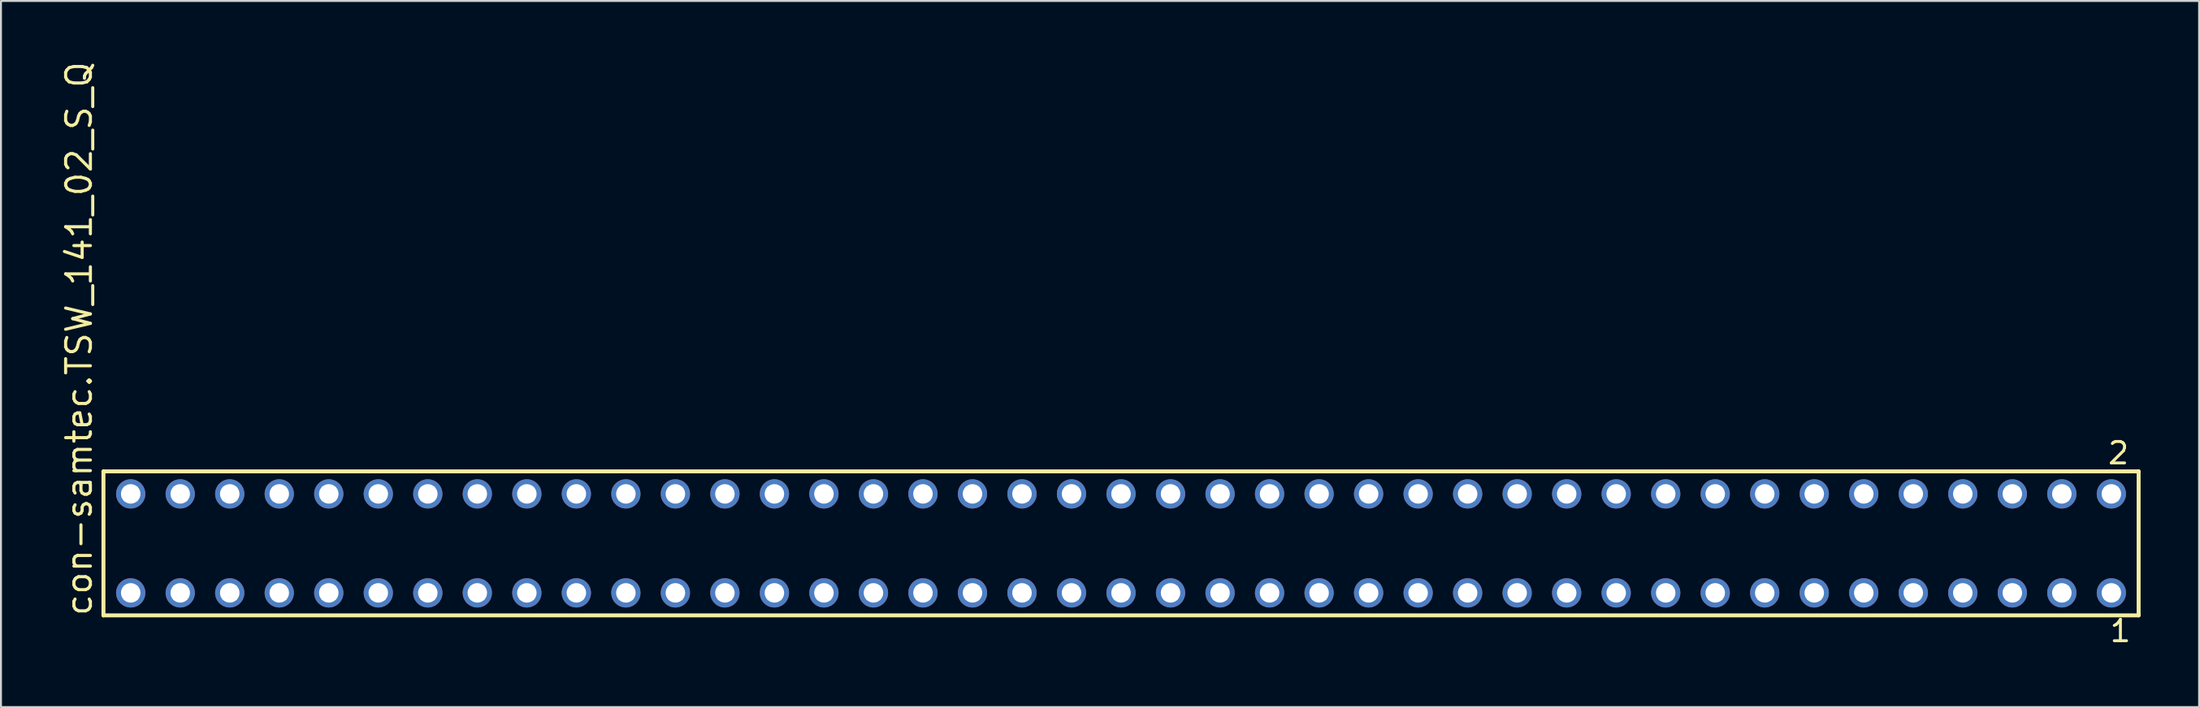
<source format=kicad_pcb>
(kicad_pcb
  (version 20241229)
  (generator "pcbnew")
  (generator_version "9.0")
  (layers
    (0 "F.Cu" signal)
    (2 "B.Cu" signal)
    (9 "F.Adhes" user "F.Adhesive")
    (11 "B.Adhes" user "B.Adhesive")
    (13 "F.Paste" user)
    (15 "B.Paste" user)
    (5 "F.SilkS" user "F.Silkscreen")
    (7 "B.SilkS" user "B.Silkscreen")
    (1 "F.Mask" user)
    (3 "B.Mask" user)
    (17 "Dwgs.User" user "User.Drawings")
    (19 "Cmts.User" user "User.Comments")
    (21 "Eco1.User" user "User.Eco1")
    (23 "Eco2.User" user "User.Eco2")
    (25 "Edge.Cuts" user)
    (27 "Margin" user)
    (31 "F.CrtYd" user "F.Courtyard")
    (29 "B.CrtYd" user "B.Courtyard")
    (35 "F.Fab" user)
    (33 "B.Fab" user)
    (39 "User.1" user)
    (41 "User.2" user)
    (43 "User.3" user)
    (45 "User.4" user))
  (footprint "con-samtec.TSW_141_02_S_Q"
    (layer "F.Cu")
    (at 54.455 24.84)
    (property "Reference" "con-samtec.TSW_141_02_S_Q" (at -52.705 3.81 90) (layer "F.SilkS") (effects (font (size 1.27 1.27) (thickness 0.16)) (justify left bottom)))
    (attr through_hole)
    (fp_line (start -52.199 -3.695) (end 52.199 -3.695) (stroke (width 0.203) (type default)) (layer "F.SilkS"))
    (fp_line (start -52.199 3.695) (end -52.199 -3.695) (stroke (width 0.203) (type default)) (layer "F.SilkS"))
    (fp_line (start 52.199 -3.695) (end 52.199 3.695) (stroke (width 0.203) (type default)) (layer "F.SilkS"))
    (fp_line (start 52.199 3.695) (end -52.199 3.695) (stroke (width 0.203) (type default)) (layer "F.SilkS"))
    (fp_rect (start -51.15 -2.19) (end -50.45 -2.89) (stroke (width 0.05) (type default)) (fill no) (layer "F.Fab"))
    (fp_rect (start -51.15 2.89) (end -50.45 2.19) (stroke (width 0.05) (type default)) (fill no) (layer "F.Fab"))
    (fp_rect (start -48.61 -2.19) (end -47.91 -2.89) (stroke (width 0.05) (type default)) (fill no) (layer "F.Fab"))
    (fp_rect (start -48.61 2.89) (end -47.91 2.19) (stroke (width 0.05) (type default)) (fill no) (layer "F.Fab"))
    (fp_rect (start -46.07 -2.19) (end -45.37 -2.89) (stroke (width 0.05) (type default)) (fill no) (layer "F.Fab"))
    (fp_rect (start -46.07 2.89) (end -45.37 2.19) (stroke (width 0.05) (type default)) (fill no) (layer "F.Fab"))
    (fp_rect (start -43.53 -2.19) (end -42.83 -2.89) (stroke (width 0.05) (type default)) (fill no) (layer "F.Fab"))
    (fp_rect (start -43.53 2.89) (end -42.83 2.19) (stroke (width 0.05) (type default)) (fill no) (layer "F.Fab"))
    (fp_rect (start -40.99 -2.19) (end -40.29 -2.89) (stroke (width 0.05) (type default)) (fill no) (layer "F.Fab"))
    (fp_rect (start -40.99 2.89) (end -40.29 2.19) (stroke (width 0.05) (type default)) (fill no) (layer "F.Fab"))
    (fp_rect (start -38.45 -2.19) (end -37.75 -2.89) (stroke (width 0.05) (type default)) (fill no) (layer "F.Fab"))
    (fp_rect (start -38.45 2.89) (end -37.75 2.19) (stroke (width 0.05) (type default)) (fill no) (layer "F.Fab"))
    (fp_rect (start -35.91 -2.19) (end -35.21 -2.89) (stroke (width 0.05) (type default)) (fill no) (layer "F.Fab"))
    (fp_rect (start -35.91 2.89) (end -35.21 2.19) (stroke (width 0.05) (type default)) (fill no) (layer "F.Fab"))
    (fp_rect (start -33.37 -2.19) (end -32.67 -2.89) (stroke (width 0.05) (type default)) (fill no) (layer "F.Fab"))
    (fp_rect (start -33.37 2.89) (end -32.67 2.19) (stroke (width 0.05) (type default)) (fill no) (layer "F.Fab"))
    (fp_rect (start -30.83 -2.19) (end -30.13 -2.89) (stroke (width 0.05) (type default)) (fill no) (layer "F.Fab"))
    (fp_rect (start -30.83 2.89) (end -30.13 2.19) (stroke (width 0.05) (type default)) (fill no) (layer "F.Fab"))
    (fp_rect (start -28.29 -2.19) (end -27.59 -2.89) (stroke (width 0.05) (type default)) (fill no) (layer "F.Fab"))
    (fp_rect (start -28.29 2.89) (end -27.59 2.19) (stroke (width 0.05) (type default)) (fill no) (layer "F.Fab"))
    (fp_rect (start -25.75 -2.19) (end -25.05 -2.89) (stroke (width 0.05) (type default)) (fill no) (layer "F.Fab"))
    (fp_rect (start -25.75 2.89) (end -25.05 2.19) (stroke (width 0.05) (type default)) (fill no) (layer "F.Fab"))
    (fp_rect (start -23.21 -2.19) (end -22.51 -2.89) (stroke (width 0.05) (type default)) (fill no) (layer "F.Fab"))
    (fp_rect (start -23.21 2.89) (end -22.51 2.19) (stroke (width 0.05) (type default)) (fill no) (layer "F.Fab"))
    (fp_rect (start -20.67 -2.19) (end -19.97 -2.89) (stroke (width 0.05) (type default)) (fill no) (layer "F.Fab"))
    (fp_rect (start -20.67 2.89) (end -19.97 2.19) (stroke (width 0.05) (type default)) (fill no) (layer "F.Fab"))
    (fp_rect (start -18.13 -2.19) (end -17.43 -2.89) (stroke (width 0.05) (type default)) (fill no) (layer "F.Fab"))
    (fp_rect (start -18.13 2.89) (end -17.43 2.19) (stroke (width 0.05) (type default)) (fill no) (layer "F.Fab"))
    (fp_rect (start -15.59 -2.19) (end -14.89 -2.89) (stroke (width 0.05) (type default)) (fill no) (layer "F.Fab"))
    (fp_rect (start -15.59 2.89) (end -14.89 2.19) (stroke (width 0.05) (type default)) (fill no) (layer "F.Fab"))
    (fp_rect (start -13.05 -2.19) (end -12.35 -2.89) (stroke (width 0.05) (type default)) (fill no) (layer "F.Fab"))
    (fp_rect (start -13.05 2.89) (end -12.35 2.19) (stroke (width 0.05) (type default)) (fill no) (layer "F.Fab"))
    (fp_rect (start -10.51 -2.19) (end -9.81 -2.89) (stroke (width 0.05) (type default)) (fill no) (layer "F.Fab"))
    (fp_rect (start -10.51 2.89) (end -9.81 2.19) (stroke (width 0.05) (type default)) (fill no) (layer "F.Fab"))
    (fp_rect (start -7.97 -2.19) (end -7.27 -2.89) (stroke (width 0.05) (type default)) (fill no) (layer "F.Fab"))
    (fp_rect (start -7.97 2.89) (end -7.27 2.19) (stroke (width 0.05) (type default)) (fill no) (layer "F.Fab"))
    (fp_rect (start -5.43 -2.19) (end -4.73 -2.89) (stroke (width 0.05) (type default)) (fill no) (layer "F.Fab"))
    (fp_rect (start -5.43 2.89) (end -4.73 2.19) (stroke (width 0.05) (type default)) (fill no) (layer "F.Fab"))
    (fp_rect (start -2.89 -2.19) (end -2.19 -2.89) (stroke (width 0.05) (type default)) (fill no) (layer "F.Fab"))
    (fp_rect (start -2.89 2.89) (end -2.19 2.19) (stroke (width 0.05) (type default)) (fill no) (layer "F.Fab"))
    (fp_rect (start -0.35 -2.19) (end 0.35 -2.89) (stroke (width 0.05) (type default)) (fill no) (layer "F.Fab"))
    (fp_rect (start -0.35 2.89) (end 0.35 2.19) (stroke (width 0.05) (type default)) (fill no) (layer "F.Fab"))
    (fp_rect (start 2.19 -2.19) (end 2.89 -2.89) (stroke (width 0.05) (type default)) (fill no) (layer "F.Fab"))
    (fp_rect (start 2.19 2.89) (end 2.89 2.19) (stroke (width 0.05) (type default)) (fill no) (layer "F.Fab"))
    (fp_rect (start 4.73 -2.19) (end 5.43 -2.89) (stroke (width 0.05) (type default)) (fill no) (layer "F.Fab"))
    (fp_rect (start 4.73 2.89) (end 5.43 2.19) (stroke (width 0.05) (type default)) (fill no) (layer "F.Fab"))
    (fp_rect (start 7.27 -2.19) (end 7.97 -2.89) (stroke (width 0.05) (type default)) (fill no) (layer "F.Fab"))
    (fp_rect (start 7.27 2.89) (end 7.97 2.19) (stroke (width 0.05) (type default)) (fill no) (layer "F.Fab"))
    (fp_rect (start 9.81 -2.19) (end 10.51 -2.89) (stroke (width 0.05) (type default)) (fill no) (layer "F.Fab"))
    (fp_rect (start 9.81 2.89) (end 10.51 2.19) (stroke (width 0.05) (type default)) (fill no) (layer "F.Fab"))
    (fp_rect (start 12.35 -2.19) (end 13.05 -2.89) (stroke (width 0.05) (type default)) (fill no) (layer "F.Fab"))
    (fp_rect (start 12.35 2.89) (end 13.05 2.19) (stroke (width 0.05) (type default)) (fill no) (layer "F.Fab"))
    (fp_rect (start 14.89 -2.19) (end 15.59 -2.89) (stroke (width 0.05) (type default)) (fill no) (layer "F.Fab"))
    (fp_rect (start 14.89 2.89) (end 15.59 2.19) (stroke (width 0.05) (type default)) (fill no) (layer "F.Fab"))
    (fp_rect (start 17.43 -2.19) (end 18.13 -2.89) (stroke (width 0.05) (type default)) (fill no) (layer "F.Fab"))
    (fp_rect (start 17.43 2.89) (end 18.13 2.19) (stroke (width 0.05) (type default)) (fill no) (layer "F.Fab"))
    (fp_rect (start 19.97 -2.19) (end 20.67 -2.89) (stroke (width 0.05) (type default)) (fill no) (layer "F.Fab"))
    (fp_rect (start 19.97 2.89) (end 20.67 2.19) (stroke (width 0.05) (type default)) (fill no) (layer "F.Fab"))
    (fp_rect (start 22.51 -2.19) (end 23.21 -2.89) (stroke (width 0.05) (type default)) (fill no) (layer "F.Fab"))
    (fp_rect (start 22.51 2.89) (end 23.21 2.19) (stroke (width 0.05) (type default)) (fill no) (layer "F.Fab"))
    (fp_rect (start 25.05 -2.19) (end 25.75 -2.89) (stroke (width 0.05) (type default)) (fill no) (layer "F.Fab"))
    (fp_rect (start 25.05 2.89) (end 25.75 2.19) (stroke (width 0.05) (type default)) (fill no) (layer "F.Fab"))
    (fp_rect (start 27.59 -2.19) (end 28.29 -2.89) (stroke (width 0.05) (type default)) (fill no) (layer "F.Fab"))
    (fp_rect (start 27.59 2.89) (end 28.29 2.19) (stroke (width 0.05) (type default)) (fill no) (layer "F.Fab"))
    (fp_rect (start 30.13 -2.19) (end 30.83 -2.89) (stroke (width 0.05) (type default)) (fill no) (layer "F.Fab"))
    (fp_rect (start 30.13 2.89) (end 30.83 2.19) (stroke (width 0.05) (type default)) (fill no) (layer "F.Fab"))
    (fp_rect (start 32.67 -2.19) (end 33.37 -2.89) (stroke (width 0.05) (type default)) (fill no) (layer "F.Fab"))
    (fp_rect (start 32.67 2.89) (end 33.37 2.19) (stroke (width 0.05) (type default)) (fill no) (layer "F.Fab"))
    (fp_rect (start 35.21 -2.19) (end 35.91 -2.89) (stroke (width 0.05) (type default)) (fill no) (layer "F.Fab"))
    (fp_rect (start 35.21 2.89) (end 35.91 2.19) (stroke (width 0.05) (type default)) (fill no) (layer "F.Fab"))
    (fp_rect (start 37.75 -2.19) (end 38.45 -2.89) (stroke (width 0.05) (type default)) (fill no) (layer "F.Fab"))
    (fp_rect (start 37.75 2.89) (end 38.45 2.19) (stroke (width 0.05) (type default)) (fill no) (layer "F.Fab"))
    (fp_rect (start 40.29 -2.19) (end 40.99 -2.89) (stroke (width 0.05) (type default)) (fill no) (layer "F.Fab"))
    (fp_rect (start 40.29 2.89) (end 40.99 2.19) (stroke (width 0.05) (type default)) (fill no) (layer "F.Fab"))
    (fp_rect (start 42.83 -2.19) (end 43.53 -2.89) (stroke (width 0.05) (type default)) (fill no) (layer "F.Fab"))
    (fp_rect (start 42.83 2.89) (end 43.53 2.19) (stroke (width 0.05) (type default)) (fill no) (layer "F.Fab"))
    (fp_rect (start 45.37 -2.19) (end 46.07 -2.89) (stroke (width 0.05) (type default)) (fill no) (layer "F.Fab"))
    (fp_rect (start 45.37 2.89) (end 46.07 2.19) (stroke (width 0.05) (type default)) (fill no) (layer "F.Fab"))
    (fp_rect (start 47.91 -2.19) (end 48.61 -2.89) (stroke (width 0.05) (type default)) (fill no) (layer "F.Fab"))
    (fp_rect (start 47.91 2.89) (end 48.61 2.19) (stroke (width 0.05) (type default)) (fill no) (layer "F.Fab"))
    (fp_rect (start 50.45 -2.19) (end 51.15 -2.89) (stroke (width 0.05) (type default)) (fill no) (layer "F.Fab"))
    (fp_rect (start 50.45 2.89) (end 51.15 2.19) (stroke (width 0.05) (type default)) (fill no) (layer "F.Fab"))
    (fp_text user "1" (at 50.642 5.138 0) (layer "F.SilkS") (effects (font (size 1.1 1.1) (thickness 0.15)) (justify left bottom)))
    (fp_text user "2" (at 50.542 -3.989 0) (layer "F.SilkS") (effects (font (size 1.1 1.1) (thickness 0.15)) (justify left bottom)))
    (pad "1" thru_hole circle (at 50.8 2.54 180) (size 1.5 1.5) (drill 1) (layers "*.Cu" "*.Mask"))
    (pad "2" thru_hole circle (at 50.8 -2.54 180) (size 1.5 1.5) (drill 1) (layers "*.Cu" "*.Mask"))
    (pad "3" thru_hole circle (at 48.26 2.54 180) (size 1.5 1.5) (drill 1) (layers "*.Cu" "*.Mask"))
    (pad "4" thru_hole circle (at 48.26 -2.54 180) (size 1.5 1.5) (drill 1) (layers "*.Cu" "*.Mask"))
    (pad "5" thru_hole circle (at 45.72 2.54 180) (size 1.5 1.5) (drill 1) (layers "*.Cu" "*.Mask"))
    (pad "6" thru_hole circle (at 45.72 -2.54 180) (size 1.5 1.5) (drill 1) (layers "*.Cu" "*.Mask"))
    (pad "7" thru_hole circle (at 43.18 2.54 180) (size 1.5 1.5) (drill 1) (layers "*.Cu" "*.Mask"))
    (pad "8" thru_hole circle (at 43.18 -2.54 180) (size 1.5 1.5) (drill 1) (layers "*.Cu" "*.Mask"))
    (pad "9" thru_hole circle (at 40.64 2.54 180) (size 1.5 1.5) (drill 1) (layers "*.Cu" "*.Mask"))
    (pad "10" thru_hole circle (at 40.64 -2.54 180) (size 1.5 1.5) (drill 1) (layers "*.Cu" "*.Mask"))
    (pad "11" thru_hole circle (at 38.1 2.54 180) (size 1.5 1.5) (drill 1) (layers "*.Cu" "*.Mask"))
    (pad "12" thru_hole circle (at 38.1 -2.54 180) (size 1.5 1.5) (drill 1) (layers "*.Cu" "*.Mask"))
    (pad "13" thru_hole circle (at 35.56 2.54 180) (size 1.5 1.5) (drill 1) (layers "*.Cu" "*.Mask"))
    (pad "14" thru_hole circle (at 35.56 -2.54 180) (size 1.5 1.5) (drill 1) (layers "*.Cu" "*.Mask"))
    (pad "15" thru_hole circle (at 33.02 2.54 180) (size 1.5 1.5) (drill 1) (layers "*.Cu" "*.Mask"))
    (pad "16" thru_hole circle (at 33.02 -2.54 180) (size 1.5 1.5) (drill 1) (layers "*.Cu" "*.Mask"))
    (pad "17" thru_hole circle (at 30.48 2.54 180) (size 1.5 1.5) (drill 1) (layers "*.Cu" "*.Mask"))
    (pad "18" thru_hole circle (at 30.48 -2.54 180) (size 1.5 1.5) (drill 1) (layers "*.Cu" "*.Mask"))
    (pad "19" thru_hole circle (at 27.94 2.54 180) (size 1.5 1.5) (drill 1) (layers "*.Cu" "*.Mask"))
    (pad "20" thru_hole circle (at 27.94 -2.54 180) (size 1.5 1.5) (drill 1) (layers "*.Cu" "*.Mask"))
    (pad "21" thru_hole circle (at 25.4 2.54 180) (size 1.5 1.5) (drill 1) (layers "*.Cu" "*.Mask"))
    (pad "22" thru_hole circle (at 25.4 -2.54 180) (size 1.5 1.5) (drill 1) (layers "*.Cu" "*.Mask"))
    (pad "23" thru_hole circle (at 22.86 2.54 180) (size 1.5 1.5) (drill 1) (layers "*.Cu" "*.Mask"))
    (pad "24" thru_hole circle (at 22.86 -2.54 180) (size 1.5 1.5) (drill 1) (layers "*.Cu" "*.Mask"))
    (pad "25" thru_hole circle (at 20.32 2.54 180) (size 1.5 1.5) (drill 1) (layers "*.Cu" "*.Mask"))
    (pad "26" thru_hole circle (at 20.32 -2.54 180) (size 1.5 1.5) (drill 1) (layers "*.Cu" "*.Mask"))
    (pad "27" thru_hole circle (at 17.78 2.54 180) (size 1.5 1.5) (drill 1) (layers "*.Cu" "*.Mask"))
    (pad "28" thru_hole circle (at 17.78 -2.54 180) (size 1.5 1.5) (drill 1) (layers "*.Cu" "*.Mask"))
    (pad "29" thru_hole circle (at 15.24 2.54 180) (size 1.5 1.5) (drill 1) (layers "*.Cu" "*.Mask"))
    (pad "30" thru_hole circle (at 15.24 -2.54 180) (size 1.5 1.5) (drill 1) (layers "*.Cu" "*.Mask"))
    (pad "31" thru_hole circle (at 12.7 2.54 180) (size 1.5 1.5) (drill 1) (layers "*.Cu" "*.Mask"))
    (pad "32" thru_hole circle (at 12.7 -2.54 180) (size 1.5 1.5) (drill 1) (layers "*.Cu" "*.Mask"))
    (pad "33" thru_hole circle (at 10.16 2.54 180) (size 1.5 1.5) (drill 1) (layers "*.Cu" "*.Mask"))
    (pad "34" thru_hole circle (at 10.16 -2.54 180) (size 1.5 1.5) (drill 1) (layers "*.Cu" "*.Mask"))
    (pad "35" thru_hole circle (at 7.62 2.54 180) (size 1.5 1.5) (drill 1) (layers "*.Cu" "*.Mask"))
    (pad "36" thru_hole circle (at 7.62 -2.54 180) (size 1.5 1.5) (drill 1) (layers "*.Cu" "*.Mask"))
    (pad "37" thru_hole circle (at 5.08 2.54 180) (size 1.5 1.5) (drill 1) (layers "*.Cu" "*.Mask"))
    (pad "38" thru_hole circle (at 5.08 -2.54 180) (size 1.5 1.5) (drill 1) (layers "*.Cu" "*.Mask"))
    (pad "39" thru_hole circle (at 2.54 2.54 180) (size 1.5 1.5) (drill 1) (layers "*.Cu" "*.Mask"))
    (pad "40" thru_hole circle (at 2.54 -2.54 180) (size 1.5 1.5) (drill 1) (layers "*.Cu" "*.Mask"))
    (pad "41" thru_hole circle (at 0 2.54 180) (size 1.5 1.5) (drill 1) (layers "*.Cu" "*.Mask"))
    (pad "42" thru_hole circle (at 0 -2.54 180) (size 1.5 1.5) (drill 1) (layers "*.Cu" "*.Mask"))
    (pad "43" thru_hole circle (at -2.54 2.54 180) (size 1.5 1.5) (drill 1) (layers "*.Cu" "*.Mask"))
    (pad "44" thru_hole circle (at -2.54 -2.54 180) (size 1.5 1.5) (drill 1) (layers "*.Cu" "*.Mask"))
    (pad "45" thru_hole circle (at -5.08 2.54 180) (size 1.5 1.5) (drill 1) (layers "*.Cu" "*.Mask"))
    (pad "46" thru_hole circle (at -5.08 -2.54 180) (size 1.5 1.5) (drill 1) (layers "*.Cu" "*.Mask"))
    (pad "47" thru_hole circle (at -7.62 2.54 180) (size 1.5 1.5) (drill 1) (layers "*.Cu" "*.Mask"))
    (pad "48" thru_hole circle (at -7.62 -2.54 180) (size 1.5 1.5) (drill 1) (layers "*.Cu" "*.Mask"))
    (pad "49" thru_hole circle (at -10.16 2.54 180) (size 1.5 1.5) (drill 1) (layers "*.Cu" "*.Mask"))
    (pad "50" thru_hole circle (at -10.16 -2.54 180) (size 1.5 1.5) (drill 1) (layers "*.Cu" "*.Mask"))
    (pad "51" thru_hole circle (at -12.7 2.54 180) (size 1.5 1.5) (drill 1) (layers "*.Cu" "*.Mask"))
    (pad "52" thru_hole circle (at -12.7 -2.54 180) (size 1.5 1.5) (drill 1) (layers "*.Cu" "*.Mask"))
    (pad "53" thru_hole circle (at -15.24 2.54 180) (size 1.5 1.5) (drill 1) (layers "*.Cu" "*.Mask"))
    (pad "54" thru_hole circle (at -15.24 -2.54 180) (size 1.5 1.5) (drill 1) (layers "*.Cu" "*.Mask"))
    (pad "55" thru_hole circle (at -17.78 2.54 180) (size 1.5 1.5) (drill 1) (layers "*.Cu" "*.Mask"))
    (pad "56" thru_hole circle (at -17.78 -2.54 180) (size 1.5 1.5) (drill 1) (layers "*.Cu" "*.Mask"))
    (pad "57" thru_hole circle (at -20.32 2.54 180) (size 1.5 1.5) (drill 1) (layers "*.Cu" "*.Mask"))
    (pad "58" thru_hole circle (at -20.32 -2.54 180) (size 1.5 1.5) (drill 1) (layers "*.Cu" "*.Mask"))
    (pad "59" thru_hole circle (at -22.86 2.54 180) (size 1.5 1.5) (drill 1) (layers "*.Cu" "*.Mask"))
    (pad "60" thru_hole circle (at -22.86 -2.54 180) (size 1.5 1.5) (drill 1) (layers "*.Cu" "*.Mask"))
    (pad "61" thru_hole circle (at -25.4 2.54 180) (size 1.5 1.5) (drill 1) (layers "*.Cu" "*.Mask"))
    (pad "62" thru_hole circle (at -25.4 -2.54 180) (size 1.5 1.5) (drill 1) (layers "*.Cu" "*.Mask"))
    (pad "63" thru_hole circle (at -27.94 2.54 180) (size 1.5 1.5) (drill 1) (layers "*.Cu" "*.Mask"))
    (pad "64" thru_hole circle (at -27.94 -2.54 180) (size 1.5 1.5) (drill 1) (layers "*.Cu" "*.Mask"))
    (pad "65" thru_hole circle (at -30.48 2.54 180) (size 1.5 1.5) (drill 1) (layers "*.Cu" "*.Mask"))
    (pad "66" thru_hole circle (at -30.48 -2.54 180) (size 1.5 1.5) (drill 1) (layers "*.Cu" "*.Mask"))
    (pad "67" thru_hole circle (at -33.02 2.54 180) (size 1.5 1.5) (drill 1) (layers "*.Cu" "*.Mask"))
    (pad "68" thru_hole circle (at -33.02 -2.54 180) (size 1.5 1.5) (drill 1) (layers "*.Cu" "*.Mask"))
    (pad "69" thru_hole circle (at -35.56 2.54 180) (size 1.5 1.5) (drill 1) (layers "*.Cu" "*.Mask"))
    (pad "70" thru_hole circle (at -35.56 -2.54 180) (size 1.5 1.5) (drill 1) (layers "*.Cu" "*.Mask"))
    (pad "71" thru_hole circle (at -38.1 2.54 180) (size 1.5 1.5) (drill 1) (layers "*.Cu" "*.Mask"))
    (pad "72" thru_hole circle (at -38.1 -2.54 180) (size 1.5 1.5) (drill 1) (layers "*.Cu" "*.Mask"))
    (pad "73" thru_hole circle (at -40.64 2.54 180) (size 1.5 1.5) (drill 1) (layers "*.Cu" "*.Mask"))
    (pad "74" thru_hole circle (at -40.64 -2.54 180) (size 1.5 1.5) (drill 1) (layers "*.Cu" "*.Mask"))
    (pad "75" thru_hole circle (at -43.18 2.54 180) (size 1.5 1.5) (drill 1) (layers "*.Cu" "*.Mask"))
    (pad "76" thru_hole circle (at -43.18 -2.54 180) (size 1.5 1.5) (drill 1) (layers "*.Cu" "*.Mask"))
    (pad "77" thru_hole circle (at -45.72 2.54 180) (size 1.5 1.5) (drill 1) (layers "*.Cu" "*.Mask"))
    (pad "78" thru_hole circle (at -45.72 -2.54 180) (size 1.5 1.5) (drill 1) (layers "*.Cu" "*.Mask"))
    (pad "79" thru_hole circle (at -48.26 2.54 180) (size 1.5 1.5) (drill 1) (layers "*.Cu" "*.Mask"))
    (pad "80" thru_hole circle (at -48.26 -2.54 180) (size 1.5 1.5) (drill 1) (layers "*.Cu" "*.Mask"))
    (pad "81" thru_hole circle (at -50.8 2.54 180) (size 1.5 1.5) (drill 1) (layers "*.Cu" "*.Mask"))
    (pad "82" thru_hole circle (at -50.8 -2.54 180) (size 1.5 1.5) (drill 1) (layers "*.Cu" "*.Mask")))
  (gr_rect
    (start -3 -3)
    (end 109.756 33.241)
    (stroke (width 0.1) (type default))
    (fill no)
    (layer "Edge.Cuts")))
</source>
